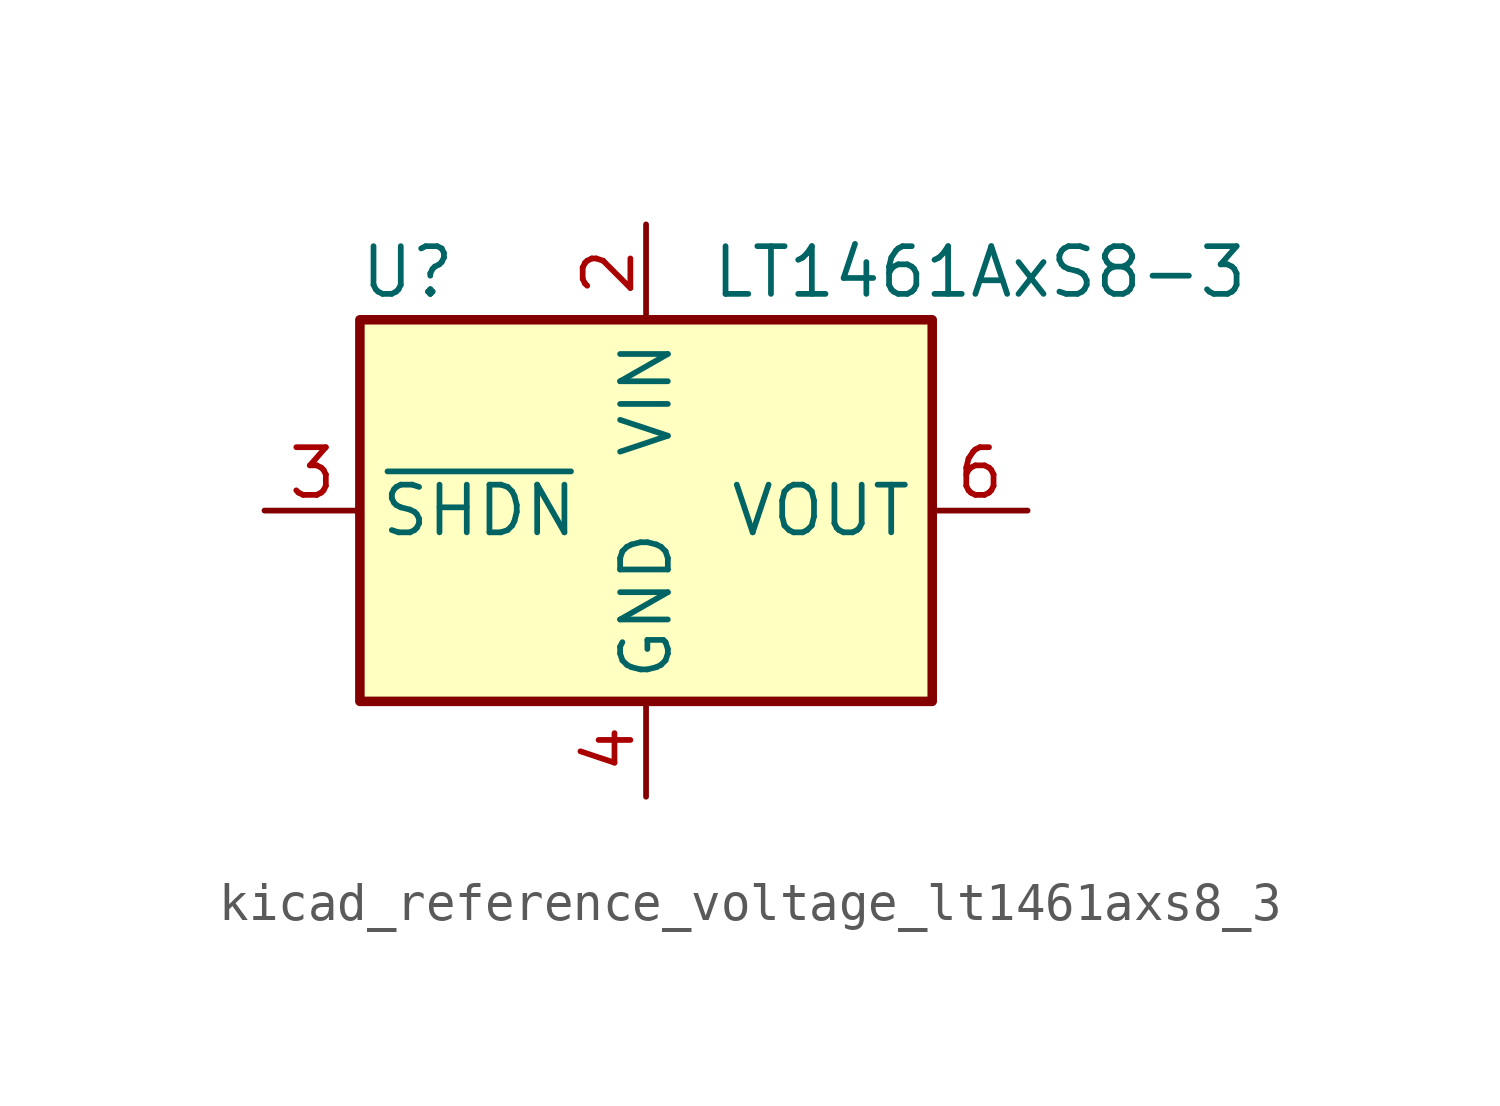
<source format=kicad_sym>
(kicad_symbol_lib
  (version 20220914)
  (generator kicad_symbol_editor)
  (symbol "kicad_reference_voltage_lt1461axs8_3"
    (property "Reference" "U"
      (at -6.35 6.35 0)
      (effects (font (size 1.27 1.27))))
    (property "Value" "LT1461AxS8-3"
      (at 8.89 6.35 0)
      (effects (font (size 1.27 1.27))))
    (symbol "kicad_reference_voltage_lt1461axs8_3_1_1"
      (rectangle (start -7.62 5.08) (end 7.62 -5.08) (stroke (width 0.254) (type default)) (fill (type background)))
      (pin no_connect line (at 7.62 -2.54 180) (length 2.54) hide (name "DNC" (effects (font (size 1.27 1.27)))) (number "1" (effects (font (size 1.27 1.27)))))
      (pin power_in line (at 0 7.62 270) (length 2.54) (name "VIN" (effects (font (size 1.27 1.27)))) (number "2" (effects (font (size 1.27 1.27)))))
      (pin input line (at -10.16 0 0) (length 2.54) (name "~{SHDN}" (effects (font (size 1.27 1.27)))) (number "3" (effects (font (size 1.27 1.27)))))
      (pin power_in line (at 0 -7.62 90) (length 2.54) (name "GND" (effects (font (size 1.27 1.27)))) (number "4" (effects (font (size 1.27 1.27)))))
      (pin no_connect line (at -7.62 -2.54 0) (length 2.54) hide (name "DNC" (effects (font (size 1.27 1.27)))) (number "5" (effects (font (size 1.27 1.27)))))
      (pin power_out line (at 10.16 0 180) (length 2.54) (name "VOUT" (effects (font (size 1.27 1.27)))) (number "6" (effects (font (size 1.27 1.27)))))
      (pin no_connect line (at -7.62 2.54 0) (length 2.54) hide (name "DNC" (effects (font (size 1.27 1.27)))) (number "7" (effects (font (size 1.27 1.27)))))
      (pin no_connect line (at 7.62 2.54 180) (length 2.54) hide (name "DNC" (effects (font (size 1.27 1.27)))) (number "8" (effects (font (size 1.27 1.27))))))))
</source>
